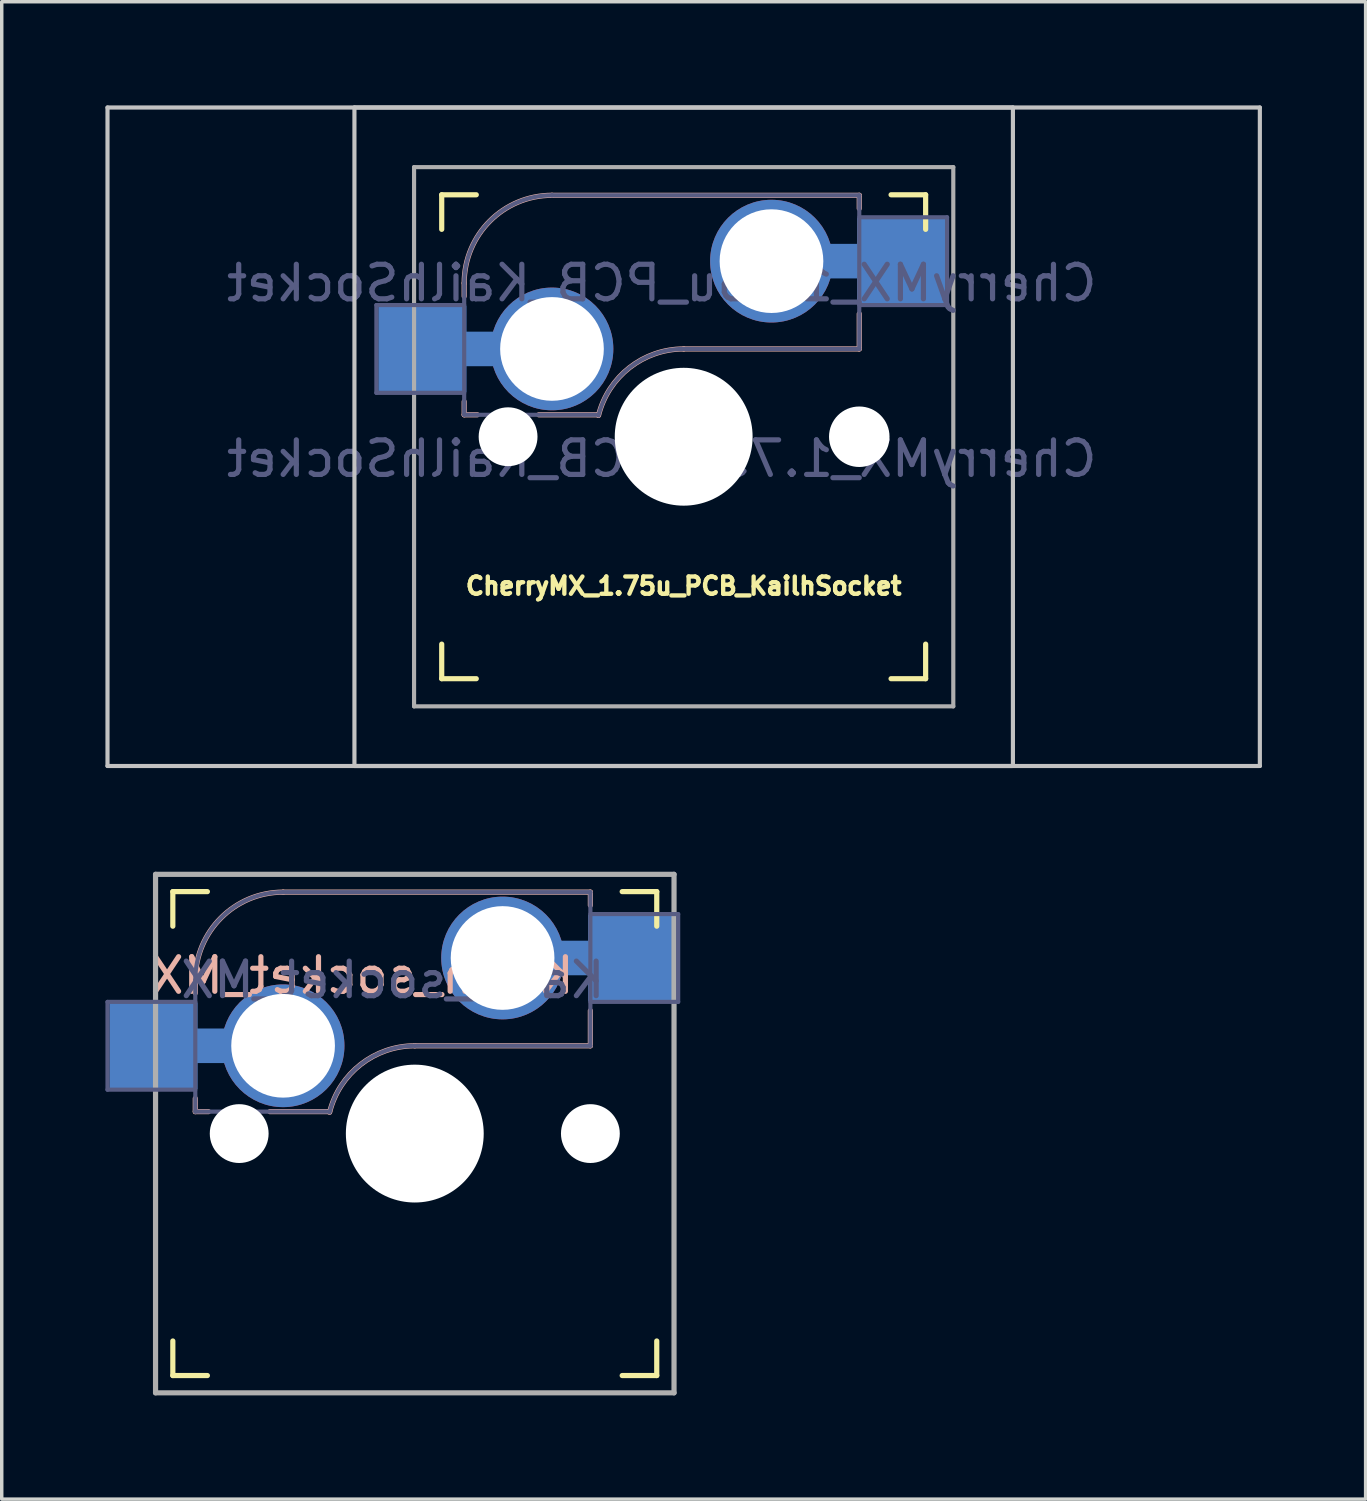
<source format=kicad_pcb>
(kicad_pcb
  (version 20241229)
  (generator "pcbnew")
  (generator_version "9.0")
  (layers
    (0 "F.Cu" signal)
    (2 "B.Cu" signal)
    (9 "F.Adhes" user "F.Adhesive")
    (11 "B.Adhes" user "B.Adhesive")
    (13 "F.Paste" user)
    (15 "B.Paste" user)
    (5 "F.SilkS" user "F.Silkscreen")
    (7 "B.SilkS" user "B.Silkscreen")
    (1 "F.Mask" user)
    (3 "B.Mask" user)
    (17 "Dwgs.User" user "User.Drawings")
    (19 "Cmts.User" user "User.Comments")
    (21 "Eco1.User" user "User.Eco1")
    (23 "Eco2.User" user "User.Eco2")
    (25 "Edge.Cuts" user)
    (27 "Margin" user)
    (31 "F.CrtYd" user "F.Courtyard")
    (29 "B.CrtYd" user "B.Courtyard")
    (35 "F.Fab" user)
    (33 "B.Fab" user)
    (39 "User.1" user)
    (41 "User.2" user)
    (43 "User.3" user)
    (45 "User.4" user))
  (footprint "CherryMX_1.75u_PCB_KailhSocket"
    (layer "F.Cu")
    (at 16.729 9.585)
    (property "Reference" "CherryMX_1.75u_PCB_KailhSocket" (at 0 4.318 0) (layer "F.SilkS") (effects (font (size 0.5 0.5) (thickness 0.125))))
    (property "Value" "CherryMX_1.75u_PCB_KailhSocket" (at 0 8.662 0) (layer "F.Fab") (hide yes) (effects (font (size 1 1) (thickness 0.15))))
    (attr through_hole)
    (fp_line (start -7 -6) (end -7 -7) (stroke (width 0.15) (type solid)) (layer "F.SilkS"))
    (fp_line (start -7 7) (end -7 6) (stroke (width 0.15) (type solid)) (layer "F.SilkS"))
    (fp_line (start -7 7) (end -6 7) (stroke (width 0.15) (type solid)) (layer "F.SilkS"))
    (fp_line (start -6 -7) (end -7 -7) (stroke (width 0.15) (type solid)) (layer "F.SilkS"))
    (fp_line (start 6 7) (end 7 7) (stroke (width 0.15) (type solid)) (layer "F.SilkS"))
    (fp_line (start 7 -7) (end 6 -7) (stroke (width 0.15) (type solid)) (layer "F.SilkS"))
    (fp_line (start 7 -7) (end 7 -6) (stroke (width 0.15) (type solid)) (layer "F.SilkS"))
    (fp_line (start 7 6) (end 7 7) (stroke (width 0.15) (type solid)) (layer "F.SilkS"))
    (fp_line (start -6.35 -4.445) (end -6.35 -4.064) (stroke (width 0.15) (type solid)) (layer "B.SilkS"))
    (fp_line (start -6.35 -1.016) (end -6.35 -0.635) (stroke (width 0.15) (type solid)) (layer "B.SilkS"))
    (fp_line (start -5.969 -0.635) (end -6.35 -0.635) (stroke (width 0.15) (type solid)) (layer "B.SilkS"))
    (fp_line (start -3.81 -6.985) (end 5.08 -6.985) (stroke (width 0.15) (type solid)) (layer "B.SilkS"))
    (fp_line (start -2.464 -0.635) (end -4.191 -0.635) (stroke (width 0.15) (type solid)) (layer "B.SilkS"))
    (fp_line (start 5.08 -6.985) (end 5.08 -6.604) (stroke (width 0.15) (type solid)) (layer "B.SilkS"))
    (fp_line (start 5.08 -3.556) (end 5.08 -2.54) (stroke (width 0.15) (type solid)) (layer "B.SilkS"))
    (fp_line (start 5.08 -2.54) (end 0 -2.54) (stroke (width 0.15) (type solid)) (layer "B.SilkS"))
    (fp_arc (start -6.35 -4.445) (mid -5.606051 -6.241051) (end -3.81 -6.985) (stroke (width 0.15) (type solid)) (layer "B.SilkS"))
    (fp_arc (start -2.464162 -0.61604) (mid -1.563147 -2.002042) (end 0 -2.54) (stroke (width 0.15) (type solid)) (layer "B.SilkS"))
    (fp_line (start -16.669 -9.525) (end 16.669 -9.525) (stroke (width 0.12) (type solid)) (layer "Dwgs.User"))
    (fp_line (start -16.669 9.525) (end -16.669 -9.525) (stroke (width 0.12) (type solid)) (layer "Dwgs.User"))
    (fp_line (start -9.525 -9.525) (end 9.525 -9.525) (stroke (width 0.12) (type solid)) (layer "Dwgs.User"))
    (fp_line (start -9.525 9.525) (end -9.525 -9.525) (stroke (width 0.12) (type solid)) (layer "Dwgs.User"))
    (fp_line (start 9.525 -9.525) (end 9.525 9.525) (stroke (width 0.12) (type solid)) (layer "Dwgs.User"))
    (fp_line (start 9.525 9.525) (end -9.525 9.525) (stroke (width 0.12) (type solid)) (layer "Dwgs.User"))
    (fp_line (start 16.669 -9.525) (end 16.669 9.525) (stroke (width 0.12) (type solid)) (layer "Dwgs.User"))
    (fp_line (start 16.669 9.525) (end -16.669 9.525) (stroke (width 0.12) (type solid)) (layer "Dwgs.User"))
    (fp_line (start -6.9 6.9) (end -6.9 -6.9) (stroke (width 0.15) (type solid)) (layer "Eco2.User"))
    (fp_line (start -6.9 6.9) (end 6.9 6.9) (stroke (width 0.15) (type solid)) (layer "Eco2.User"))
    (fp_line (start 6.9 -6.9) (end -6.9 -6.9) (stroke (width 0.15) (type solid)) (layer "Eco2.User"))
    (fp_line (start 6.9 -6.9) (end 6.9 6.9) (stroke (width 0.15) (type solid)) (layer "Eco2.User"))
    (fp_line (start -8.89 -3.81) (end -6.35 -3.81) (stroke (width 0.12) (type solid)) (layer "B.Fab"))
    (fp_line (start -8.89 -1.27) (end -8.89 -3.81) (stroke (width 0.12) (type solid)) (layer "B.Fab"))
    (fp_line (start -6.35 -1.27) (end -8.89 -1.27) (stroke (width 0.12) (type solid)) (layer "B.Fab"))
    (fp_line (start -6.35 -0.635) (end -6.35 -4.445) (stroke (width 0.12) (type solid)) (layer "B.Fab"))
    (fp_line (start -6.35 -0.635) (end -2.54 -0.635) (stroke (width 0.12) (type solid)) (layer "B.Fab"))
    (fp_line (start -3.81 -6.985) (end 5.08 -6.985) (stroke (width 0.12) (type solid)) (layer "B.Fab"))
    (fp_line (start 5.08 -6.985) (end 5.08 -2.54) (stroke (width 0.12) (type solid)) (layer "B.Fab"))
    (fp_line (start 5.08 -6.35) (end 7.62 -6.35) (stroke (width 0.12) (type solid)) (layer "B.Fab"))
    (fp_line (start 5.08 -2.54) (end 0 -2.54) (stroke (width 0.12) (type solid)) (layer "B.Fab"))
    (fp_line (start 7.62 -6.35) (end 7.62 -3.81) (stroke (width 0.12) (type solid)) (layer "B.Fab"))
    (fp_line (start 7.62 -3.81) (end 5.08 -3.81) (stroke (width 0.12) (type solid)) (layer "B.Fab"))
    (fp_arc (start -6.35 -4.445) (mid -5.606051 -6.241051) (end -3.81 -6.985) (stroke (width 0.12) (type solid)) (layer "B.Fab"))
    (fp_arc (start -2.464162 -0.61604) (mid -1.563147 -2.002042) (end 0 -2.54) (stroke (width 0.12) (type solid)) (layer "B.Fab"))
    (fp_line (start -7.8 -7.8) (end -7.8 7.8) (stroke (width 0.12) (type solid)) (layer "F.Fab"))
    (fp_line (start -7.8 -7.8) (end 7.8 -7.8) (stroke (width 0.12) (type solid)) (layer "F.Fab"))
    (fp_line (start -7.8 7.8) (end 7.8 7.8) (stroke (width 0.12) (type solid)) (layer "F.Fab"))
    (fp_line (start 7.8 -7.8) (end 7.8 7.8) (stroke (width 0.12) (type solid)) (layer "F.Fab"))
    (fp_text user "${VALUE}" (at -0.635 0.635 0) (layer "B.Fab") (effects (font (size 1 1) (thickness 0.15)) (justify mirror)))
    (fp_text user "${REFERENCE}" (at -0.635 -4.445 0) (layer "B.Fab") (effects (font (size 1 1) (thickness 0.15)) (justify mirror)))
    (pad "" np_thru_hole circle (at -5.08 0) (size 1.702 1.702) (drill 1.702) (layers "*.Cu" "*.Mask"))
    (pad "" np_thru_hole circle (at 0 0) (size 3.988 3.988) (drill 3.988) (layers "*.Cu" "*.Mask"))
    (pad "" np_thru_hole circle (at 5.08 0) (size 1.702 1.702) (drill 1.702) (layers "*.Cu" "*.Mask"))
    (pad "" np_thru_hole circle (at 5.08 0) (size 1.75 1.75) (drill 1.75) (layers "*.Cu" "*.Mask"))
    (pad "1" smd rect (at -7.56 -2.54) (size 2.55 2.5) (layers "B.Cu" "B.Mask" "B.Paste"))
    (pad "1" connect rect (at -5.715 -2.54 90) (size 1 2.5) (layers "B.Cu"))
    (pad "1" thru_hole circle (at -3.81 -2.54) (size 3.55 3.55) (drill 3) (layers "*.Cu"))
    (pad "2" thru_hole circle (at 2.54 -5.08) (size 3.55 3.55) (drill 3) (layers "*.Cu"))
    (pad "2" connect rect (at 5.015 -5.08 270) (size 1 2.5) (layers "B.Cu"))
    (pad "2" smd rect (at 6.29 -5.08) (size 2.55 2.5) (layers "B.Cu" "B.Mask" "B.Paste")))
  (footprint "Kailh_socket_MX"
    (layer "F.Cu")
    (at 8.95 29.745)
    (property "Reference" "Kailh_socket_MX" (at -1.524 -4.572 0) (layer "B.SilkS") (effects (font (size 1 1) (thickness 0.15)) (justify mirror)))
    (property "Value" "1u" (at -6.655 1.829 0) (unlocked yes) (layer "F.SilkS") (hide yes) (effects (font (size 1 1) (thickness 0.2)) (justify left)))
    (attr smd)
    (fp_line (start -7 -6) (end -7 -7) (stroke (width 0.15) (type solid)) (layer "F.SilkS"))
    (fp_line (start -7 7) (end -7 6) (stroke (width 0.15) (type solid)) (layer "F.SilkS"))
    (fp_line (start -7 7) (end -6 7) (stroke (width 0.15) (type solid)) (layer "F.SilkS"))
    (fp_line (start -6 -7) (end -7 -7) (stroke (width 0.15) (type solid)) (layer "F.SilkS"))
    (fp_line (start 6 7) (end 7 7) (stroke (width 0.15) (type solid)) (layer "F.SilkS"))
    (fp_line (start 7 -7) (end 6 -7) (stroke (width 0.15) (type solid)) (layer "F.SilkS"))
    (fp_line (start 7 -7) (end 7 -6) (stroke (width 0.15) (type solid)) (layer "F.SilkS"))
    (fp_line (start 7 6) (end 7 7) (stroke (width 0.15) (type solid)) (layer "F.SilkS"))
    (fp_line (start -6.35 -4.445) (end -6.35 -4.064) (stroke (width 0.15) (type solid)) (layer "B.SilkS"))
    (fp_line (start -6.35 -1.016) (end -6.35 -0.635) (stroke (width 0.15) (type solid)) (layer "B.SilkS"))
    (fp_line (start -5.969 -0.635) (end -6.35 -0.635) (stroke (width 0.15) (type solid)) (layer "B.SilkS"))
    (fp_line (start -3.81 -6.985) (end 5.08 -6.985) (stroke (width 0.15) (type solid)) (layer "B.SilkS"))
    (fp_line (start -2.464 -0.635) (end -4.191 -0.635) (stroke (width 0.15) (type solid)) (layer "B.SilkS"))
    (fp_line (start 5.08 -6.985) (end 5.08 -6.604) (stroke (width 0.15) (type solid)) (layer "B.SilkS"))
    (fp_line (start 5.08 -3.556) (end 5.08 -2.54) (stroke (width 0.15) (type solid)) (layer "B.SilkS"))
    (fp_line (start 5.08 -2.54) (end 0 -2.54) (stroke (width 0.15) (type solid)) (layer "B.SilkS"))
    (fp_arc (start -6.35 -4.445) (mid -5.606051 -6.241051) (end -3.81 -6.985) (stroke (width 0.15) (type solid)) (layer "B.SilkS"))
    (fp_arc (start -2.464162 -0.61604) (mid -1.563147 -2.002042) (end 0 -2.54) (stroke (width 0.15) (type solid)) (layer "B.SilkS"))
    (fp_line (start -6.9 6.9) (end -6.9 -6.9) (stroke (width 0.15) (type solid)) (layer "Eco2.User"))
    (fp_line (start -6.9 6.9) (end 6.9 6.9) (stroke (width 0.15) (type solid)) (layer "Eco2.User"))
    (fp_line (start 6.9 -6.9) (end -6.9 -6.9) (stroke (width 0.15) (type solid)) (layer "Eco2.User"))
    (fp_line (start 6.9 -6.9) (end 6.9 6.9) (stroke (width 0.15) (type solid)) (layer "Eco2.User"))
    (fp_line (start -8.89 -3.81) (end -6.35 -3.81) (stroke (width 0.12) (type solid)) (layer "B.Fab"))
    (fp_line (start -8.89 -1.27) (end -8.89 -3.81) (stroke (width 0.12) (type solid)) (layer "B.Fab"))
    (fp_line (start -6.35 -1.27) (end -8.89 -1.27) (stroke (width 0.12) (type solid)) (layer "B.Fab"))
    (fp_line (start -6.35 -0.635) (end -6.35 -4.445) (stroke (width 0.12) (type solid)) (layer "B.Fab"))
    (fp_line (start -6.35 -0.635) (end -2.54 -0.635) (stroke (width 0.12) (type solid)) (layer "B.Fab"))
    (fp_line (start -3.81 -6.985) (end 5.08 -6.985) (stroke (width 0.12) (type solid)) (layer "B.Fab"))
    (fp_line (start 5.08 -6.985) (end 5.08 -2.54) (stroke (width 0.12) (type solid)) (layer "B.Fab"))
    (fp_line (start 5.08 -6.35) (end 7.62 -6.35) (stroke (width 0.12) (type solid)) (layer "B.Fab"))
    (fp_line (start 5.08 -2.54) (end 0 -2.54) (stroke (width 0.12) (type solid)) (layer "B.Fab"))
    (fp_line (start 7.62 -6.35) (end 7.62 -3.81) (stroke (width 0.12) (type solid)) (layer "B.Fab"))
    (fp_line (start 7.62 -3.81) (end 5.08 -3.81) (stroke (width 0.12) (type solid)) (layer "B.Fab"))
    (fp_arc (start -6.35 -4.445) (mid -5.606051 -6.241051) (end -3.81 -6.985) (stroke (width 0.12) (type solid)) (layer "B.Fab"))
    (fp_arc (start -2.464162 -0.61604) (mid -1.563147 -2.002042) (end 0 -2.54) (stroke (width 0.12) (type solid)) (layer "B.Fab"))
    (fp_line (start -7.5 -7.5) (end 7.5 -7.5) (stroke (width 0.15) (type solid)) (layer "F.Fab"))
    (fp_line (start -7.5 7.5) (end -7.5 -7.5) (stroke (width 0.15) (type solid)) (layer "F.Fab"))
    (fp_line (start 7.5 -7.5) (end 7.5 7.5) (stroke (width 0.15) (type solid)) (layer "F.Fab"))
    (fp_line (start 7.5 7.5) (end -7.5 7.5) (stroke (width 0.15) (type solid)) (layer "F.Fab"))
    (fp_text user "${REFERENCE}" (at -0.635 -4.445 0) (layer "B.Fab") (effects (font (size 1 1) (thickness 0.15)) (justify mirror)))
    (fp_text user "${VALUE}" (at -0.635 0.635 0) (layer "B.Fab") (effects (font (size 1 1) (thickness 0.15)) (justify mirror)))
    (pad "" np_thru_hole circle (at -5.08 0) (size 1.702 1.702) (drill 1.702) (layers "*.Cu" "*.Mask"))
    (pad "" np_thru_hole circle (at 0 0) (size 3.988 3.988) (drill 3.988) (layers "*.Cu" "*.Mask"))
    (pad "" np_thru_hole circle (at 5.08 0) (size 1.702 1.702) (drill 1.702) (layers "*.Cu" "*.Mask"))
    (pad "1" smd rect (at -7.56 -2.54) (size 2.55 2.5) (layers "B.Cu" "B.Mask" "B.Paste"))
    (pad "1" connect rect (at -5.715 -2.54 90) (size 1 2.5) (layers "B.Cu"))
    (pad "1" thru_hole circle (at -3.81 -2.54) (size 3.55 3.55) (drill 3) (layers "*.Cu"))
    (pad "2" thru_hole circle (at 2.54 -5.08) (size 3.55 3.55) (drill 3) (layers "*.Cu"))
    (pad "2" connect rect (at 5.015 -5.08 270) (size 1 2.5) (layers "B.Cu"))
    (pad "2" smd rect (at 6.29 -5.08) (size 2.55 2.5) (layers "B.Cu" "B.Mask" "B.Paste")))
  (gr_rect
    (start -3 -3)
    (end 36.458 40.32)
    (stroke (width 0.1) (type default))
    (fill no)
    (layer "Edge.Cuts")))
</source>
